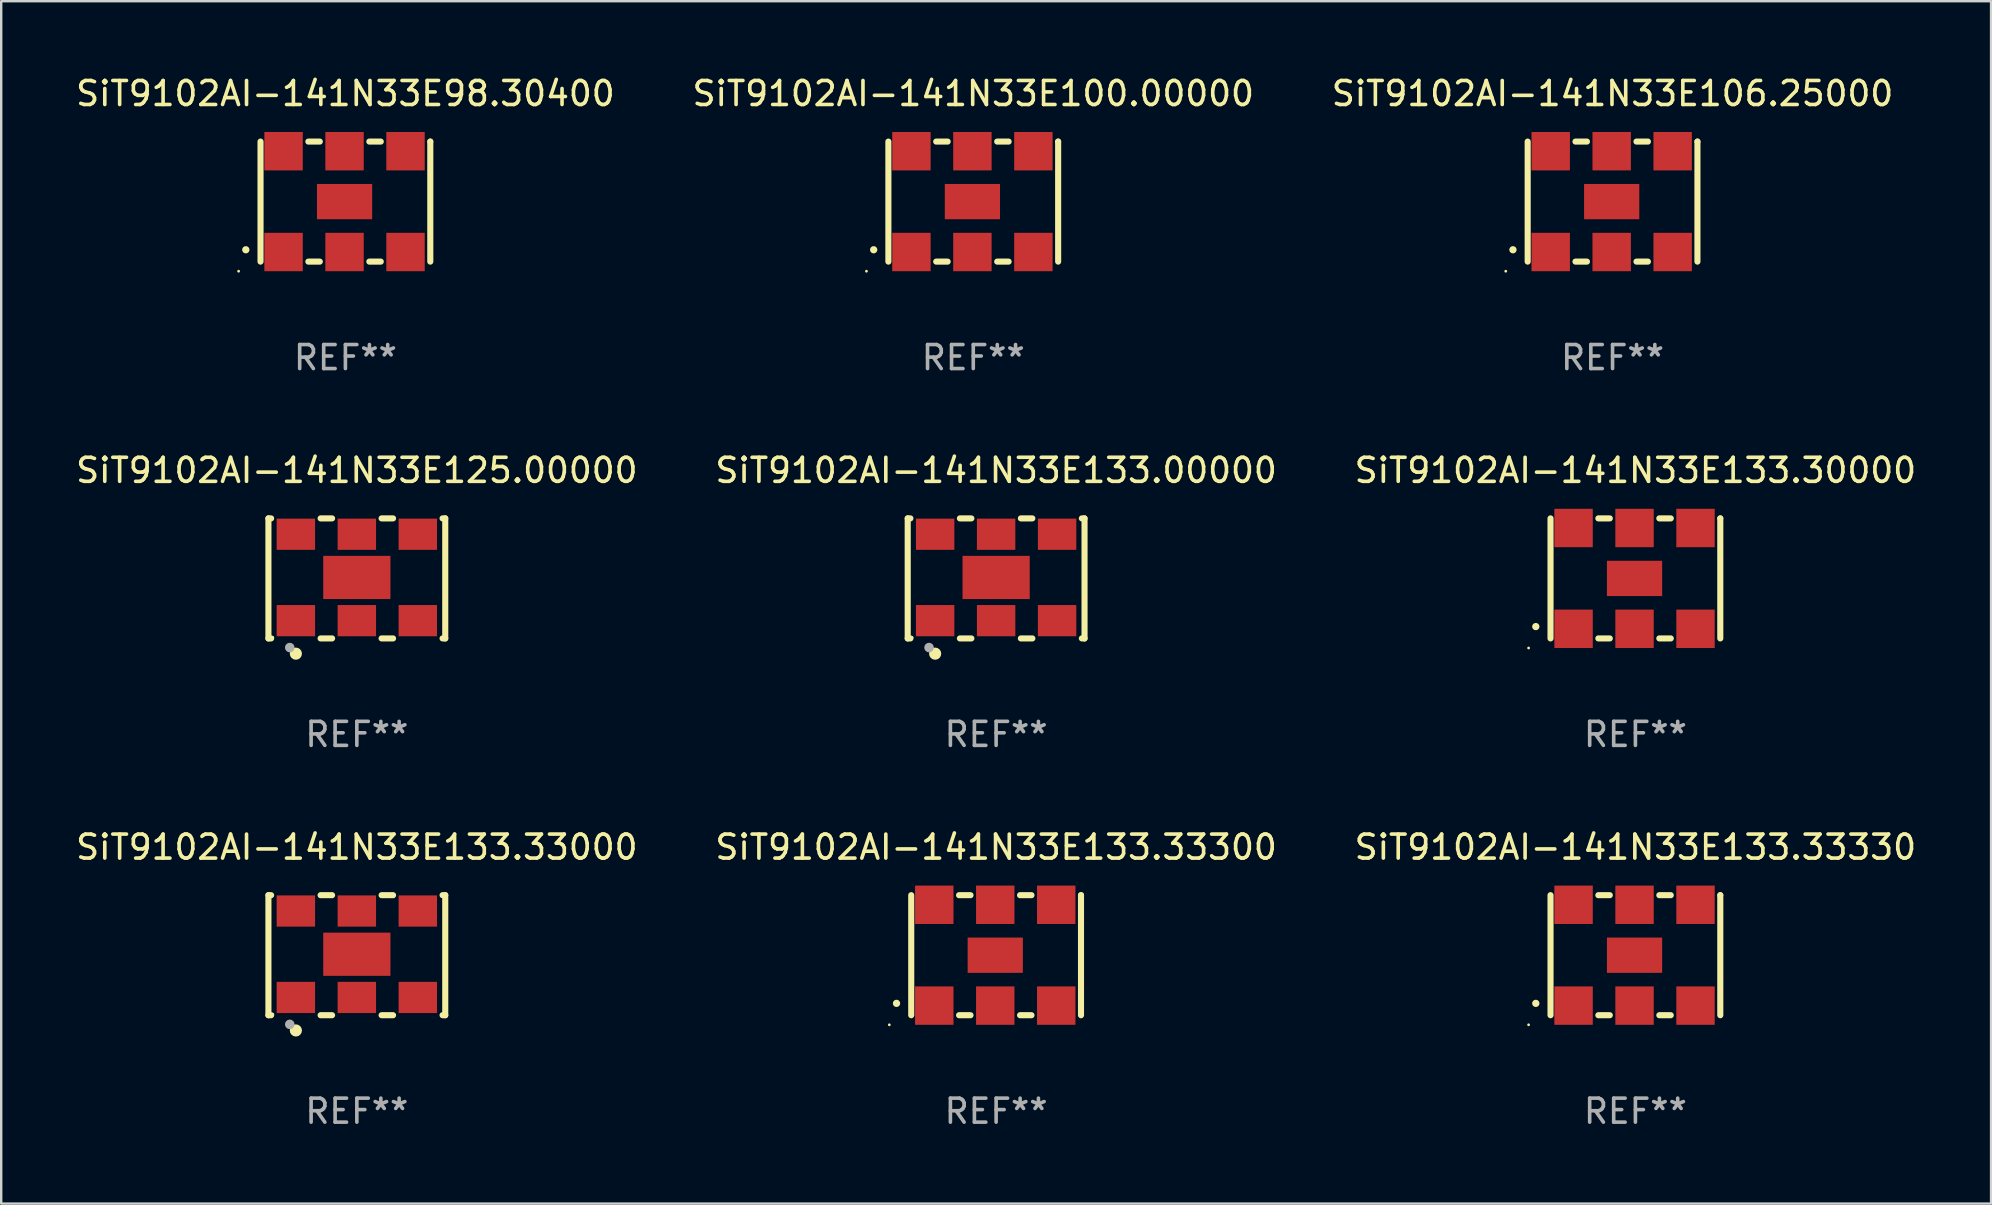
<source format=kicad_pcb>
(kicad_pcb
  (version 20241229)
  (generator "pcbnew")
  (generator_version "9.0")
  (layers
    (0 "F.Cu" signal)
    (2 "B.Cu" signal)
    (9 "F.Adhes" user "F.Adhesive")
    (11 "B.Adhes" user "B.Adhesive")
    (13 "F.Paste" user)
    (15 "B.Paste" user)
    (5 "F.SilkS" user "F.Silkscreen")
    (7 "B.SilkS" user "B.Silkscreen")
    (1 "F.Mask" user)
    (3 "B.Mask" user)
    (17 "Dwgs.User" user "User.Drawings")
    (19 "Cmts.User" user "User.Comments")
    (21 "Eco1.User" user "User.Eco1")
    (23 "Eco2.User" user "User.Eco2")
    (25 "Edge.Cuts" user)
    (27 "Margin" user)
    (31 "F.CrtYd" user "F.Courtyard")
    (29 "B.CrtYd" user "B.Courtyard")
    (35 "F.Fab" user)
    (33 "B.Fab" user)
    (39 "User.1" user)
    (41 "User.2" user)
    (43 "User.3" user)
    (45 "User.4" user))
  (footprint "SiT9102AI-141N33E125.00000"
    (layer "F.Cu")
    (at 11.815 21.045)
    (property "Reference" "SiT9102AI-141N33E125.00000" (at 0 -4.5 0) (layer "F.SilkS") (effects (font (size 1 1) (thickness 0.15))))
    (attr through_hole)
    (fp_line (start -3.683 -2.5) (end -3.571 -2.5) (stroke (width 0.254) (type solid)) (layer "F.SilkS"))
    (fp_line (start -3.683 2.5) (end -3.683 -2.5) (stroke (width 0.254) (type solid)) (layer "F.SilkS"))
    (fp_line (start -3.683 2.5) (end -3.571 2.5) (stroke (width 0.254) (type solid)) (layer "F.SilkS"))
    (fp_line (start -1.509 -2.5) (end -1.031 -2.5) (stroke (width 0.254) (type solid)) (layer "F.SilkS"))
    (fp_line (start -1.509 2.5) (end -1.031 2.5) (stroke (width 0.254) (type solid)) (layer "F.SilkS"))
    (fp_line (start 1.031 -2.5) (end 1.509 -2.5) (stroke (width 0.254) (type solid)) (layer "F.SilkS"))
    (fp_line (start 1.031 2.5) (end 1.509 2.5) (stroke (width 0.254) (type solid)) (layer "F.SilkS"))
    (fp_line (start 3.571 -2.5) (end 3.683 -2.5) (stroke (width 0.254) (type solid)) (layer "F.SilkS"))
    (fp_line (start 3.571 2.5) (end 3.683 2.5) (stroke (width 0.254) (type solid)) (layer "F.SilkS"))
    (fp_line (start 3.683 2.5) (end 3.683 -2.5) (stroke (width 0.254) (type solid)) (layer "F.SilkS"))
    (fp_circle (center -3.5 2.46) (end -3.47 2.46) (stroke (width 0.06) (type solid)) (fill no) (layer "F.SilkS"))
    (fp_circle (center -2.54 3.135) (end -2.413 3.135) (stroke (width 0.254) (type solid)) (fill no) (layer "F.SilkS"))
    (fp_circle (center -2.794 2.881) (end -2.694 2.881) (stroke (width 0.2) (type solid)) (fill no) (layer "F.Fab"))
    (fp_text user "REF**" (at 0 6.5 0) (layer "F.Fab") (effects (font (size 1 1) (thickness 0.15))))
    (pad "1" smd rect (at -2.54 1.76) (size 1.6 1.3) (layers "F.Cu" "F.Mask" "F.Paste"))
    (pad "2" smd rect (at 0 1.76) (size 1.6 1.3) (layers "F.Cu" "F.Mask" "F.Paste"))
    (pad "3" smd rect (at 2.54 1.76) (size 1.6 1.3) (layers "F.Cu" "F.Mask" "F.Paste"))
    (pad "4" smd rect (at 2.54 -1.84) (size 1.6 1.3) (layers "F.Cu" "F.Mask" "F.Paste"))
    (pad "5" smd rect (at 0 -1.84) (size 1.6 1.3) (layers "F.Cu" "F.Mask" "F.Paste"))
    (pad "6" smd rect (at -2.54 -1.84) (size 1.6 1.3) (layers "F.Cu" "F.Mask" "F.Paste"))
    (pad "7" smd rect (at 0 -0.04) (size 2.8 1.8) (layers "F.Cu" "F.Mask" "F.Paste")))
  (footprint "SiT9102AI-141N33E98.30400"
    (layer "F.Cu")
    (at 11.339 5.348)
    (property "Reference" "SiT9102AI-141N33E98.30400" (at 0 -4.5 0) (layer "F.SilkS") (effects (font (size 1 1) (thickness 0.15))))
    (attr through_hole)
    (fp_line (start -3.536 -2.5) (end -3.536 2.5) (stroke (width 0.254) (type solid)) (layer "F.SilkS"))
    (fp_line (start -1.544 2.5) (end -1.067 2.5) (stroke (width 0.254) (type solid)) (layer "F.SilkS"))
    (fp_line (start -1.067 -2.5) (end -1.544 -2.5) (stroke (width 0.254) (type solid)) (layer "F.SilkS"))
    (fp_line (start 0.996 2.5) (end 1.473 2.5) (stroke (width 0.254) (type solid)) (layer "F.SilkS"))
    (fp_line (start 1.473 -2.5) (end 0.996 -2.5) (stroke (width 0.254) (type solid)) (layer "F.SilkS"))
    (fp_line (start 3.536 -2.5) (end 3.536 -2.5) (stroke (width 0.254) (type solid)) (layer "F.SilkS"))
    (fp_line (start 3.536 2.5) (end 3.536 -2.5) (stroke (width 0.254) (type solid)) (layer "F.SilkS"))
    (fp_arc (start -4.150432 2.006604) (mid -4.149162 2.006599) (end -4.147892 2.006604) (stroke (width 0.3) (type solid)) (layer "F.SilkS"))
    (fp_circle (center -4.449 2.9) (end -4.419 2.9) (stroke (width 0.06) (type solid)) (fill no) (layer "F.SilkS"))
    (fp_text user "REF**" (at 0 6.5 0) (layer "F.Fab") (effects (font (size 1 1) (thickness 0.15))))
    (pad "1" smd rect (at -2.576 2.1) (size 1.6 1.6) (layers "F.Cu" "F.Mask" "F.Paste"))
    (pad "2" smd rect (at -0.036 2.1) (size 1.6 1.6) (layers "F.Cu" "F.Mask" "F.Paste"))
    (pad "3" smd rect (at 2.504 2.1) (size 1.6 1.6) (layers "F.Cu" "F.Mask" "F.Paste"))
    (pad "4" smd rect (at 2.504 -2.1) (size 1.6 1.6) (layers "F.Cu" "F.Mask" "F.Paste"))
    (pad "5" smd rect (at -0.036 -2.1) (size 1.6 1.6) (layers "F.Cu" "F.Mask" "F.Paste"))
    (pad "6" smd rect (at -2.576 -2.1) (size 1.6 1.6) (layers "F.Cu" "F.Mask" "F.Paste"))
    (pad "7" smd rect (at -0.036 0) (size 2.3 1.47) (layers "F.Cu" "F.Mask" "F.Paste")))
  (footprint "SiT9102AI-141N33E133.33000"
    (layer "F.Cu")
    (at 11.815 36.741)
    (property "Reference" "SiT9102AI-141N33E133.33000" (at 0 -4.5 0) (layer "F.SilkS") (effects (font (size 1 1) (thickness 0.15))))
    (attr through_hole)
    (fp_line (start -3.683 -2.5) (end -3.571 -2.5) (stroke (width 0.254) (type solid)) (layer "F.SilkS"))
    (fp_line (start -3.683 2.5) (end -3.683 -2.5) (stroke (width 0.254) (type solid)) (layer "F.SilkS"))
    (fp_line (start -3.683 2.5) (end -3.571 2.5) (stroke (width 0.254) (type solid)) (layer "F.SilkS"))
    (fp_line (start -1.509 -2.5) (end -1.031 -2.5) (stroke (width 0.254) (type solid)) (layer "F.SilkS"))
    (fp_line (start -1.509 2.5) (end -1.031 2.5) (stroke (width 0.254) (type solid)) (layer "F.SilkS"))
    (fp_line (start 1.031 -2.5) (end 1.509 -2.5) (stroke (width 0.254) (type solid)) (layer "F.SilkS"))
    (fp_line (start 1.031 2.5) (end 1.509 2.5) (stroke (width 0.254) (type solid)) (layer "F.SilkS"))
    (fp_line (start 3.571 -2.5) (end 3.683 -2.5) (stroke (width 0.254) (type solid)) (layer "F.SilkS"))
    (fp_line (start 3.571 2.5) (end 3.683 2.5) (stroke (width 0.254) (type solid)) (layer "F.SilkS"))
    (fp_line (start 3.683 2.5) (end 3.683 -2.5) (stroke (width 0.254) (type solid)) (layer "F.SilkS"))
    (fp_circle (center -3.5 2.46) (end -3.47 2.46) (stroke (width 0.06) (type solid)) (fill no) (layer "F.SilkS"))
    (fp_circle (center -2.54 3.135) (end -2.413 3.135) (stroke (width 0.254) (type solid)) (fill no) (layer "F.SilkS"))
    (fp_circle (center -2.794 2.881) (end -2.694 2.881) (stroke (width 0.2) (type solid)) (fill no) (layer "F.Fab"))
    (fp_text user "REF**" (at 0 6.5 0) (layer "F.Fab") (effects (font (size 1 1) (thickness 0.15))))
    (pad "1" smd rect (at -2.54 1.76) (size 1.6 1.3) (layers "F.Cu" "F.Mask" "F.Paste"))
    (pad "2" smd rect (at 0 1.76) (size 1.6 1.3) (layers "F.Cu" "F.Mask" "F.Paste"))
    (pad "3" smd rect (at 2.54 1.76) (size 1.6 1.3) (layers "F.Cu" "F.Mask" "F.Paste"))
    (pad "4" smd rect (at 2.54 -1.84) (size 1.6 1.3) (layers "F.Cu" "F.Mask" "F.Paste"))
    (pad "5" smd rect (at 0 -1.84) (size 1.6 1.3) (layers "F.Cu" "F.Mask" "F.Paste"))
    (pad "6" smd rect (at -2.54 -1.84) (size 1.6 1.3) (layers "F.Cu" "F.Mask" "F.Paste"))
    (pad "7" smd rect (at 0 -0.04) (size 2.8 1.8) (layers "F.Cu" "F.Mask" "F.Paste")))
  (footprint "SiT9102AI-141N33E133.00000"
    (layer "F.Cu")
    (at 38.446 21.045)
    (property "Reference" "SiT9102AI-141N33E133.00000" (at 0 -4.5 0) (layer "F.SilkS") (effects (font (size 1 1) (thickness 0.15))))
    (attr through_hole)
    (fp_line (start -3.683 -2.5) (end -3.571 -2.5) (stroke (width 0.254) (type solid)) (layer "F.SilkS"))
    (fp_line (start -3.683 2.5) (end -3.683 -2.5) (stroke (width 0.254) (type solid)) (layer "F.SilkS"))
    (fp_line (start -3.683 2.5) (end -3.571 2.5) (stroke (width 0.254) (type solid)) (layer "F.SilkS"))
    (fp_line (start -1.509 -2.5) (end -1.031 -2.5) (stroke (width 0.254) (type solid)) (layer "F.SilkS"))
    (fp_line (start -1.509 2.5) (end -1.031 2.5) (stroke (width 0.254) (type solid)) (layer "F.SilkS"))
    (fp_line (start 1.031 -2.5) (end 1.509 -2.5) (stroke (width 0.254) (type solid)) (layer "F.SilkS"))
    (fp_line (start 1.031 2.5) (end 1.509 2.5) (stroke (width 0.254) (type solid)) (layer "F.SilkS"))
    (fp_line (start 3.571 -2.5) (end 3.683 -2.5) (stroke (width 0.254) (type solid)) (layer "F.SilkS"))
    (fp_line (start 3.571 2.5) (end 3.683 2.5) (stroke (width 0.254) (type solid)) (layer "F.SilkS"))
    (fp_line (start 3.683 2.5) (end 3.683 -2.5) (stroke (width 0.254) (type solid)) (layer "F.SilkS"))
    (fp_circle (center -3.5 2.46) (end -3.47 2.46) (stroke (width 0.06) (type solid)) (fill no) (layer "F.SilkS"))
    (fp_circle (center -2.54 3.135) (end -2.413 3.135) (stroke (width 0.254) (type solid)) (fill no) (layer "F.SilkS"))
    (fp_circle (center -2.794 2.881) (end -2.694 2.881) (stroke (width 0.2) (type solid)) (fill no) (layer "F.Fab"))
    (fp_text user "REF**" (at 0 6.5 0) (layer "F.Fab") (effects (font (size 1 1) (thickness 0.15))))
    (pad "1" smd rect (at -2.54 1.76) (size 1.6 1.3) (layers "F.Cu" "F.Mask" "F.Paste"))
    (pad "2" smd rect (at 0 1.76) (size 1.6 1.3) (layers "F.Cu" "F.Mask" "F.Paste"))
    (pad "3" smd rect (at 2.54 1.76) (size 1.6 1.3) (layers "F.Cu" "F.Mask" "F.Paste"))
    (pad "4" smd rect (at 2.54 -1.84) (size 1.6 1.3) (layers "F.Cu" "F.Mask" "F.Paste"))
    (pad "5" smd rect (at 0 -1.84) (size 1.6 1.3) (layers "F.Cu" "F.Mask" "F.Paste"))
    (pad "6" smd rect (at -2.54 -1.84) (size 1.6 1.3) (layers "F.Cu" "F.Mask" "F.Paste"))
    (pad "7" smd rect (at 0 -0.04) (size 2.8 1.8) (layers "F.Cu" "F.Mask" "F.Paste")))
  (footprint "SiT9102AI-141N33E133.33300"
    (layer "F.Cu")
    (at 38.446 36.741)
    (property "Reference" "SiT9102AI-141N33E133.33300" (at 0 -4.5 0) (layer "F.SilkS") (effects (font (size 1 1) (thickness 0.15))))
    (attr through_hole)
    (fp_line (start -3.536 -2.5) (end -3.536 2.5) (stroke (width 0.254) (type solid)) (layer "F.SilkS"))
    (fp_line (start -1.544 2.5) (end -1.067 2.5) (stroke (width 0.254) (type solid)) (layer "F.SilkS"))
    (fp_line (start -1.067 -2.5) (end -1.544 -2.5) (stroke (width 0.254) (type solid)) (layer "F.SilkS"))
    (fp_line (start 0.996 2.5) (end 1.473 2.5) (stroke (width 0.254) (type solid)) (layer "F.SilkS"))
    (fp_line (start 1.473 -2.5) (end 0.996 -2.5) (stroke (width 0.254) (type solid)) (layer "F.SilkS"))
    (fp_line (start 3.536 -2.5) (end 3.536 -2.5) (stroke (width 0.254) (type solid)) (layer "F.SilkS"))
    (fp_line (start 3.536 2.5) (end 3.536 -2.5) (stroke (width 0.254) (type solid)) (layer "F.SilkS"))
    (fp_arc (start -4.150432 2.006604) (mid -4.149162 2.006599) (end -4.147892 2.006604) (stroke (width 0.3) (type solid)) (layer "F.SilkS"))
    (fp_circle (center -4.449 2.9) (end -4.419 2.9) (stroke (width 0.06) (type solid)) (fill no) (layer "F.SilkS"))
    (fp_text user "REF**" (at 0 6.5 0) (layer "F.Fab") (effects (font (size 1 1) (thickness 0.15))))
    (pad "1" smd rect (at -2.576 2.1) (size 1.6 1.6) (layers "F.Cu" "F.Mask" "F.Paste"))
    (pad "2" smd rect (at -0.036 2.1) (size 1.6 1.6) (layers "F.Cu" "F.Mask" "F.Paste"))
    (pad "3" smd rect (at 2.504 2.1) (size 1.6 1.6) (layers "F.Cu" "F.Mask" "F.Paste"))
    (pad "4" smd rect (at 2.504 -2.1) (size 1.6 1.6) (layers "F.Cu" "F.Mask" "F.Paste"))
    (pad "5" smd rect (at -0.036 -2.1) (size 1.6 1.6) (layers "F.Cu" "F.Mask" "F.Paste"))
    (pad "6" smd rect (at -2.576 -2.1) (size 1.6 1.6) (layers "F.Cu" "F.Mask" "F.Paste"))
    (pad "7" smd rect (at -0.036 0) (size 2.3 1.47) (layers "F.Cu" "F.Mask" "F.Paste")))
  (footprint "SiT9102AI-141N33E133.30000"
    (layer "F.Cu")
    (at 65.077 21.045)
    (property "Reference" "SiT9102AI-141N33E133.30000" (at 0 -4.5 0) (layer "F.SilkS") (effects (font (size 1 1) (thickness 0.15))))
    (attr through_hole)
    (fp_line (start -3.536 -2.5) (end -3.536 2.5) (stroke (width 0.254) (type solid)) (layer "F.SilkS"))
    (fp_line (start -1.544 2.5) (end -1.067 2.5) (stroke (width 0.254) (type solid)) (layer "F.SilkS"))
    (fp_line (start -1.067 -2.5) (end -1.544 -2.5) (stroke (width 0.254) (type solid)) (layer "F.SilkS"))
    (fp_line (start 0.996 2.5) (end 1.473 2.5) (stroke (width 0.254) (type solid)) (layer "F.SilkS"))
    (fp_line (start 1.473 -2.5) (end 0.996 -2.5) (stroke (width 0.254) (type solid)) (layer "F.SilkS"))
    (fp_line (start 3.536 -2.5) (end 3.536 -2.5) (stroke (width 0.254) (type solid)) (layer "F.SilkS"))
    (fp_line (start 3.536 2.5) (end 3.536 -2.5) (stroke (width 0.254) (type solid)) (layer "F.SilkS"))
    (fp_arc (start -4.150432 2.006604) (mid -4.149162 2.006599) (end -4.147892 2.006604) (stroke (width 0.3) (type solid)) (layer "F.SilkS"))
    (fp_circle (center -4.449 2.9) (end -4.419 2.9) (stroke (width 0.06) (type solid)) (fill no) (layer "F.SilkS"))
    (fp_text user "REF**" (at 0 6.5 0) (layer "F.Fab") (effects (font (size 1 1) (thickness 0.15))))
    (pad "1" smd rect (at -2.576 2.1) (size 1.6 1.6) (layers "F.Cu" "F.Mask" "F.Paste"))
    (pad "2" smd rect (at -0.036 2.1) (size 1.6 1.6) (layers "F.Cu" "F.Mask" "F.Paste"))
    (pad "3" smd rect (at 2.504 2.1) (size 1.6 1.6) (layers "F.Cu" "F.Mask" "F.Paste"))
    (pad "4" smd rect (at 2.504 -2.1) (size 1.6 1.6) (layers "F.Cu" "F.Mask" "F.Paste"))
    (pad "5" smd rect (at -0.036 -2.1) (size 1.6 1.6) (layers "F.Cu" "F.Mask" "F.Paste"))
    (pad "6" smd rect (at -2.576 -2.1) (size 1.6 1.6) (layers "F.Cu" "F.Mask" "F.Paste"))
    (pad "7" smd rect (at -0.036 0) (size 2.3 1.47) (layers "F.Cu" "F.Mask" "F.Paste")))
  (footprint "SiT9102AI-141N33E100.00000"
    (layer "F.Cu")
    (at 37.494 5.348)
    (property "Reference" "SiT9102AI-141N33E100.00000" (at 0 -4.5 0) (layer "F.SilkS") (effects (font (size 1 1) (thickness 0.15))))
    (attr through_hole)
    (fp_line (start -3.536 -2.5) (end -3.536 2.5) (stroke (width 0.254) (type solid)) (layer "F.SilkS"))
    (fp_line (start -1.544 2.5) (end -1.067 2.5) (stroke (width 0.254) (type solid)) (layer "F.SilkS"))
    (fp_line (start -1.067 -2.5) (end -1.544 -2.5) (stroke (width 0.254) (type solid)) (layer "F.SilkS"))
    (fp_line (start 0.996 2.5) (end 1.473 2.5) (stroke (width 0.254) (type solid)) (layer "F.SilkS"))
    (fp_line (start 1.473 -2.5) (end 0.996 -2.5) (stroke (width 0.254) (type solid)) (layer "F.SilkS"))
    (fp_line (start 3.536 -2.5) (end 3.536 -2.5) (stroke (width 0.254) (type solid)) (layer "F.SilkS"))
    (fp_line (start 3.536 2.5) (end 3.536 -2.5) (stroke (width 0.254) (type solid)) (layer "F.SilkS"))
    (fp_arc (start -4.150432 2.006604) (mid -4.149162 2.006599) (end -4.147892 2.006604) (stroke (width 0.3) (type solid)) (layer "F.SilkS"))
    (fp_circle (center -4.449 2.9) (end -4.419 2.9) (stroke (width 0.06) (type solid)) (fill no) (layer "F.SilkS"))
    (fp_text user "REF**" (at 0 6.5 0) (layer "F.Fab") (effects (font (size 1 1) (thickness 0.15))))
    (pad "1" smd rect (at -2.576 2.1) (size 1.6 1.6) (layers "F.Cu" "F.Mask" "F.Paste"))
    (pad "2" smd rect (at -0.036 2.1) (size 1.6 1.6) (layers "F.Cu" "F.Mask" "F.Paste"))
    (pad "3" smd rect (at 2.504 2.1) (size 1.6 1.6) (layers "F.Cu" "F.Mask" "F.Paste"))
    (pad "4" smd rect (at 2.504 -2.1) (size 1.6 1.6) (layers "F.Cu" "F.Mask" "F.Paste"))
    (pad "5" smd rect (at -0.036 -2.1) (size 1.6 1.6) (layers "F.Cu" "F.Mask" "F.Paste"))
    (pad "6" smd rect (at -2.576 -2.1) (size 1.6 1.6) (layers "F.Cu" "F.Mask" "F.Paste"))
    (pad "7" smd rect (at -0.036 0) (size 2.3 1.47) (layers "F.Cu" "F.Mask" "F.Paste")))
  (footprint "SiT9102AI-141N33E133.33330"
    (layer "F.Cu")
    (at 65.077 36.741)
    (property "Reference" "SiT9102AI-141N33E133.33330" (at 0 -4.5 0) (layer "F.SilkS") (effects (font (size 1 1) (thickness 0.15))))
    (attr through_hole)
    (fp_line (start -3.536 -2.5) (end -3.536 2.5) (stroke (width 0.254) (type solid)) (layer "F.SilkS"))
    (fp_line (start -1.544 2.5) (end -1.067 2.5) (stroke (width 0.254) (type solid)) (layer "F.SilkS"))
    (fp_line (start -1.067 -2.5) (end -1.544 -2.5) (stroke (width 0.254) (type solid)) (layer "F.SilkS"))
    (fp_line (start 0.996 2.5) (end 1.473 2.5) (stroke (width 0.254) (type solid)) (layer "F.SilkS"))
    (fp_line (start 1.473 -2.5) (end 0.996 -2.5) (stroke (width 0.254) (type solid)) (layer "F.SilkS"))
    (fp_line (start 3.536 -2.5) (end 3.536 -2.5) (stroke (width 0.254) (type solid)) (layer "F.SilkS"))
    (fp_line (start 3.536 2.5) (end 3.536 -2.5) (stroke (width 0.254) (type solid)) (layer "F.SilkS"))
    (fp_arc (start -4.150432 2.006604) (mid -4.149162 2.006599) (end -4.147892 2.006604) (stroke (width 0.3) (type solid)) (layer "F.SilkS"))
    (fp_circle (center -4.449 2.9) (end -4.419 2.9) (stroke (width 0.06) (type solid)) (fill no) (layer "F.SilkS"))
    (fp_text user "REF**" (at 0 6.5 0) (layer "F.Fab") (effects (font (size 1 1) (thickness 0.15))))
    (pad "1" smd rect (at -2.576 2.1) (size 1.6 1.6) (layers "F.Cu" "F.Mask" "F.Paste"))
    (pad "2" smd rect (at -0.036 2.1) (size 1.6 1.6) (layers "F.Cu" "F.Mask" "F.Paste"))
    (pad "3" smd rect (at 2.504 2.1) (size 1.6 1.6) (layers "F.Cu" "F.Mask" "F.Paste"))
    (pad "4" smd rect (at 2.504 -2.1) (size 1.6 1.6) (layers "F.Cu" "F.Mask" "F.Paste"))
    (pad "5" smd rect (at -0.036 -2.1) (size 1.6 1.6) (layers "F.Cu" "F.Mask" "F.Paste"))
    (pad "6" smd rect (at -2.576 -2.1) (size 1.6 1.6) (layers "F.Cu" "F.Mask" "F.Paste"))
    (pad "7" smd rect (at -0.036 0) (size 2.3 1.47) (layers "F.Cu" "F.Mask" "F.Paste")))
  (footprint "SiT9102AI-141N33E106.25000"
    (layer "F.Cu")
    (at 64.125 5.348)
    (property "Reference" "SiT9102AI-141N33E106.25000" (at 0 -4.5 0) (layer "F.SilkS") (effects (font (size 1 1) (thickness 0.15))))
    (attr through_hole)
    (fp_line (start -3.536 -2.5) (end -3.536 2.5) (stroke (width 0.254) (type solid)) (layer "F.SilkS"))
    (fp_line (start -1.544 2.5) (end -1.067 2.5) (stroke (width 0.254) (type solid)) (layer "F.SilkS"))
    (fp_line (start -1.067 -2.5) (end -1.544 -2.5) (stroke (width 0.254) (type solid)) (layer "F.SilkS"))
    (fp_line (start 0.996 2.5) (end 1.473 2.5) (stroke (width 0.254) (type solid)) (layer "F.SilkS"))
    (fp_line (start 1.473 -2.5) (end 0.996 -2.5) (stroke (width 0.254) (type solid)) (layer "F.SilkS"))
    (fp_line (start 3.536 -2.5) (end 3.536 -2.5) (stroke (width 0.254) (type solid)) (layer "F.SilkS"))
    (fp_line (start 3.536 2.5) (end 3.536 -2.5) (stroke (width 0.254) (type solid)) (layer "F.SilkS"))
    (fp_arc (start -4.150432 2.006604) (mid -4.149162 2.006599) (end -4.147892 2.006604) (stroke (width 0.3) (type solid)) (layer "F.SilkS"))
    (fp_circle (center -4.449 2.9) (end -4.419 2.9) (stroke (width 0.06) (type solid)) (fill no) (layer "F.SilkS"))
    (fp_text user "REF**" (at 0 6.5 0) (layer "F.Fab") (effects (font (size 1 1) (thickness 0.15))))
    (pad "1" smd rect (at -2.576 2.1) (size 1.6 1.6) (layers "F.Cu" "F.Mask" "F.Paste"))
    (pad "2" smd rect (at -0.036 2.1) (size 1.6 1.6) (layers "F.Cu" "F.Mask" "F.Paste"))
    (pad "3" smd rect (at 2.504 2.1) (size 1.6 1.6) (layers "F.Cu" "F.Mask" "F.Paste"))
    (pad "4" smd rect (at 2.504 -2.1) (size 1.6 1.6) (layers "F.Cu" "F.Mask" "F.Paste"))
    (pad "5" smd rect (at -0.036 -2.1) (size 1.6 1.6) (layers "F.Cu" "F.Mask" "F.Paste"))
    (pad "6" smd rect (at -2.576 -2.1) (size 1.6 1.6) (layers "F.Cu" "F.Mask" "F.Paste"))
    (pad "7" smd rect (at -0.036 0) (size 2.3 1.47) (layers "F.Cu" "F.Mask" "F.Paste")))
  (gr_rect
    (start -3 -3)
    (end 79.893 47.09)
    (stroke (width 0.1) (type default))
    (fill no)
    (layer "Edge.Cuts")))
</source>
